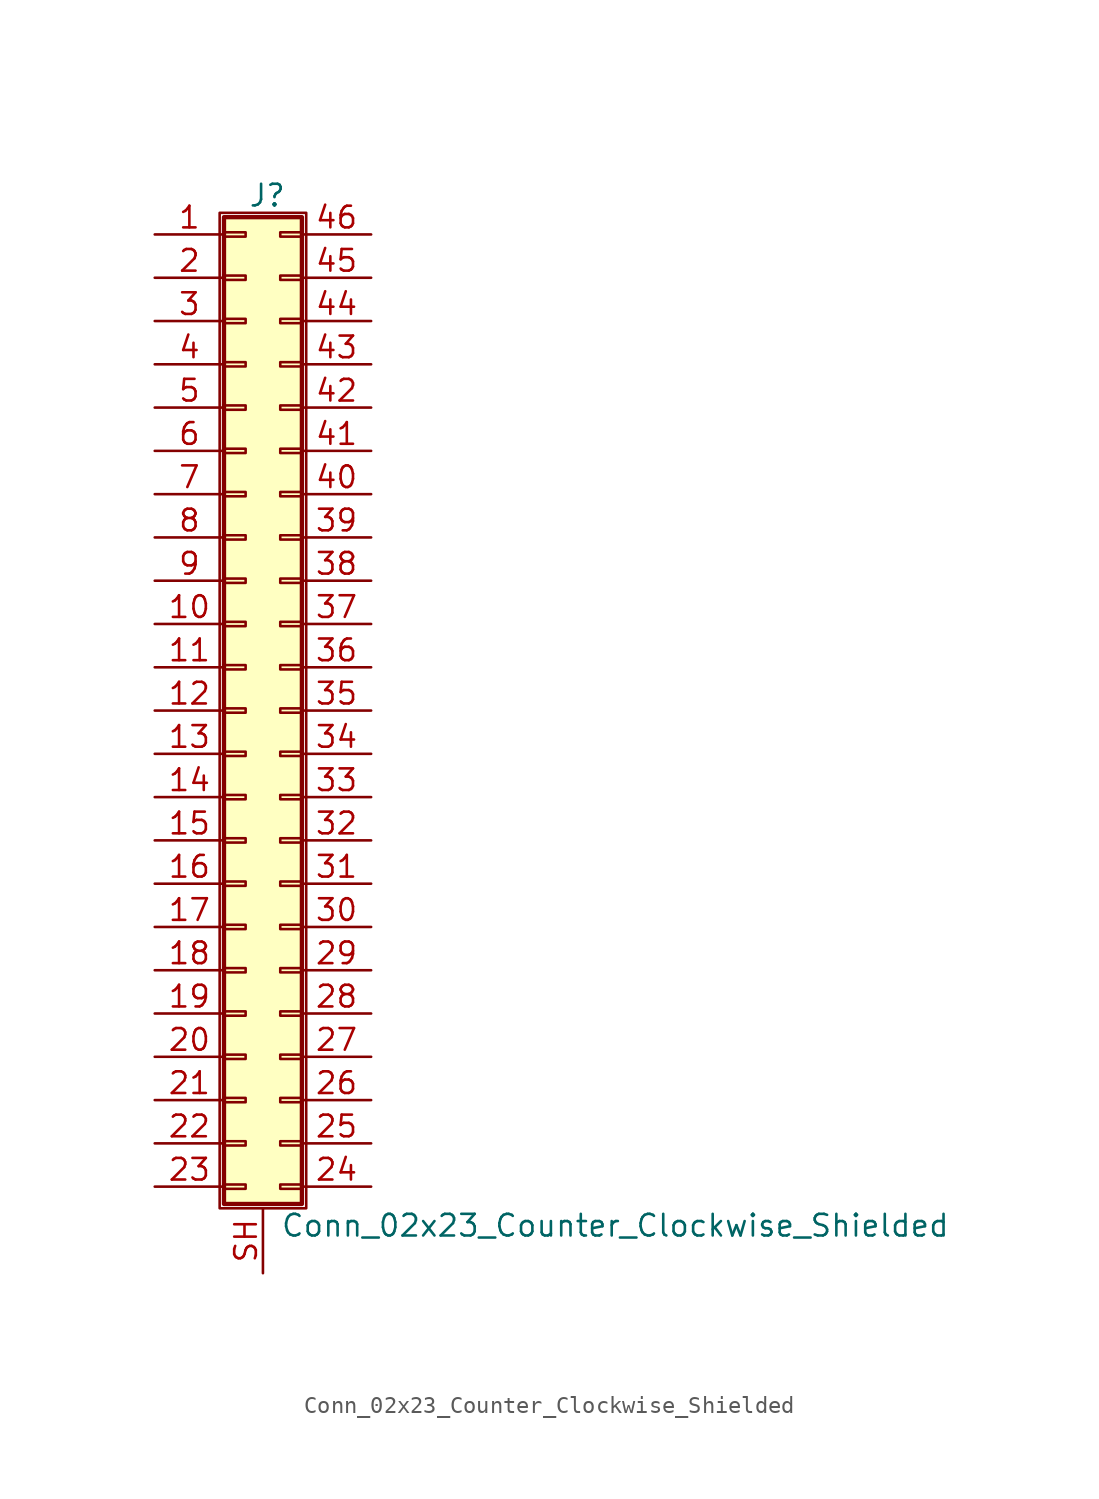
<source format=kicad_sym>
(kicad_symbol_lib
  (version 20220914)
  (generator kicad_symbol_editor)
  (symbol "Conn_02x23_Counter_Clockwise_Shielded"
    (pin_names
      (offset 1.016) hide)
    (property "Reference" "J"
      (at 1.524 30.226 0)
      (effects (font (size 1.27 1.27))))
    (property "Value" "Conn_02x23_Counter_Clockwise_Shielded"
      (at 2.286 -30.226 0)
      (effects (font (size 1.27 1.27)) (justify left)))
    (symbol "Conn_02x23_Counter_Clockwise_Shielded_1_1"
      (rectangle (start -1.27 29.21) (end 3.81 -29.21) (stroke (width 0.152) (type default)) (fill (type none)))
      (rectangle (start -1.016 -27.813) (end 0.254 -28.067) (stroke (width 0.152) (type default)) (fill (type none)))
      (rectangle (start -1.016 -25.273) (end 0.254 -25.527) (stroke (width 0.152) (type default)) (fill (type none)))
      (rectangle (start -1.016 -22.733) (end 0.254 -22.987) (stroke (width 0.152) (type default)) (fill (type none)))
      (rectangle (start -1.016 -20.193) (end 0.254 -20.447) (stroke (width 0.152) (type default)) (fill (type none)))
      (rectangle (start -1.016 -17.653) (end 0.254 -17.907) (stroke (width 0.152) (type default)) (fill (type none)))
      (rectangle (start -1.016 -15.113) (end 0.254 -15.367) (stroke (width 0.152) (type default)) (fill (type none)))
      (rectangle (start -1.016 -12.573) (end 0.254 -12.827) (stroke (width 0.152) (type default)) (fill (type none)))
      (rectangle (start -1.016 -10.033) (end 0.254 -10.287) (stroke (width 0.152) (type default)) (fill (type none)))
      (rectangle (start -1.016 -7.493) (end 0.254 -7.747) (stroke (width 0.152) (type default)) (fill (type none)))
      (rectangle (start -1.016 -4.953) (end 0.254 -5.207) (stroke (width 0.152) (type default)) (fill (type none)))
      (rectangle (start -1.016 -2.413) (end 0.254 -2.667) (stroke (width 0.152) (type default)) (fill (type none)))
      (rectangle (start -1.016 0.127) (end 0.254 -0.127) (stroke (width 0.152) (type default)) (fill (type none)))
      (rectangle (start -1.016 2.667) (end 0.254 2.413) (stroke (width 0.152) (type default)) (fill (type none)))
      (rectangle (start -1.016 5.207) (end 0.254 4.953) (stroke (width 0.152) (type default)) (fill (type none)))
      (rectangle (start -1.016 7.747) (end 0.254 7.493) (stroke (width 0.152) (type default)) (fill (type none)))
      (rectangle (start -1.016 10.287) (end 0.254 10.033) (stroke (width 0.152) (type default)) (fill (type none)))
      (rectangle (start -1.016 12.827) (end 0.254 12.573) (stroke (width 0.152) (type default)) (fill (type none)))
      (rectangle (start -1.016 15.367) (end 0.254 15.113) (stroke (width 0.152) (type default)) (fill (type none)))
      (rectangle (start -1.016 17.907) (end 0.254 17.653) (stroke (width 0.152) (type default)) (fill (type none)))
      (rectangle (start -1.016 20.447) (end 0.254 20.193) (stroke (width 0.152) (type default)) (fill (type none)))
      (rectangle (start -1.016 22.987) (end 0.254 22.733) (stroke (width 0.152) (type default)) (fill (type none)))
      (rectangle (start -1.016 25.527) (end 0.254 25.273) (stroke (width 0.152) (type default)) (fill (type none)))
      (rectangle (start -1.016 28.067) (end 0.254 27.813) (stroke (width 0.152) (type default)) (fill (type none)))
      (rectangle (start -1.016 28.956) (end 3.556 -28.956) (stroke (width 0.254) (type default)) (fill (type background)))
      (rectangle (start 3.556 -27.813) (end 2.286 -28.067) (stroke (width 0.152) (type default)) (fill (type none)))
      (rectangle (start 3.556 -25.273) (end 2.286 -25.527) (stroke (width 0.152) (type default)) (fill (type none)))
      (rectangle (start 3.556 -22.733) (end 2.286 -22.987) (stroke (width 0.152) (type default)) (fill (type none)))
      (rectangle (start 3.556 -20.193) (end 2.286 -20.447) (stroke (width 0.152) (type default)) (fill (type none)))
      (rectangle (start 3.556 -17.653) (end 2.286 -17.907) (stroke (width 0.152) (type default)) (fill (type none)))
      (rectangle (start 3.556 -15.113) (end 2.286 -15.367) (stroke (width 0.152) (type default)) (fill (type none)))
      (rectangle (start 3.556 -12.573) (end 2.286 -12.827) (stroke (width 0.152) (type default)) (fill (type none)))
      (rectangle (start 3.556 -10.033) (end 2.286 -10.287) (stroke (width 0.152) (type default)) (fill (type none)))
      (rectangle (start 3.556 -7.493) (end 2.286 -7.747) (stroke (width 0.152) (type default)) (fill (type none)))
      (rectangle (start 3.556 -4.953) (end 2.286 -5.207) (stroke (width 0.152) (type default)) (fill (type none)))
      (rectangle (start 3.556 -2.413) (end 2.286 -2.667) (stroke (width 0.152) (type default)) (fill (type none)))
      (rectangle (start 3.556 0.127) (end 2.286 -0.127) (stroke (width 0.152) (type default)) (fill (type none)))
      (rectangle (start 3.556 2.667) (end 2.286 2.413) (stroke (width 0.152) (type default)) (fill (type none)))
      (rectangle (start 3.556 5.207) (end 2.286 4.953) (stroke (width 0.152) (type default)) (fill (type none)))
      (rectangle (start 3.556 7.747) (end 2.286 7.493) (stroke (width 0.152) (type default)) (fill (type none)))
      (rectangle (start 3.556 10.287) (end 2.286 10.033) (stroke (width 0.152) (type default)) (fill (type none)))
      (rectangle (start 3.556 12.827) (end 2.286 12.573) (stroke (width 0.152) (type default)) (fill (type none)))
      (rectangle (start 3.556 15.367) (end 2.286 15.113) (stroke (width 0.152) (type default)) (fill (type none)))
      (rectangle (start 3.556 17.907) (end 2.286 17.653) (stroke (width 0.152) (type default)) (fill (type none)))
      (rectangle (start 3.556 20.447) (end 2.286 20.193) (stroke (width 0.152) (type default)) (fill (type none)))
      (rectangle (start 3.556 22.987) (end 2.286 22.733) (stroke (width 0.152) (type default)) (fill (type none)))
      (rectangle (start 3.556 25.527) (end 2.286 25.273) (stroke (width 0.152) (type default)) (fill (type none)))
      (rectangle (start 3.556 28.067) (end 2.286 27.813) (stroke (width 0.152) (type default)) (fill (type none)))
      (pin passive line (at -5.08 27.94 0) (length 4.064) (name "Pin_1" (effects (font (size 1.27 1.27)))) (number "1" (effects (font (size 1.27 1.27)))))
      (pin passive line (at -5.08 5.08 0) (length 4.064) (name "Pin_10" (effects (font (size 1.27 1.27)))) (number "10" (effects (font (size 1.27 1.27)))))
      (pin passive line (at -5.08 2.54 0) (length 4.064) (name "Pin_11" (effects (font (size 1.27 1.27)))) (number "11" (effects (font (size 1.27 1.27)))))
      (pin passive line (at -5.08 0 0) (length 4.064) (name "Pin_12" (effects (font (size 1.27 1.27)))) (number "12" (effects (font (size 1.27 1.27)))))
      (pin passive line (at -5.08 -2.54 0) (length 4.064) (name "Pin_13" (effects (font (size 1.27 1.27)))) (number "13" (effects (font (size 1.27 1.27)))))
      (pin passive line (at -5.08 -5.08 0) (length 4.064) (name "Pin_14" (effects (font (size 1.27 1.27)))) (number "14" (effects (font (size 1.27 1.27)))))
      (pin passive line (at -5.08 -7.62 0) (length 4.064) (name "Pin_15" (effects (font (size 1.27 1.27)))) (number "15" (effects (font (size 1.27 1.27)))))
      (pin passive line (at -5.08 -10.16 0) (length 4.064) (name "Pin_16" (effects (font (size 1.27 1.27)))) (number "16" (effects (font (size 1.27 1.27)))))
      (pin passive line (at -5.08 -12.7 0) (length 4.064) (name "Pin_17" (effects (font (size 1.27 1.27)))) (number "17" (effects (font (size 1.27 1.27)))))
      (pin passive line (at -5.08 -15.24 0) (length 4.064) (name "Pin_18" (effects (font (size 1.27 1.27)))) (number "18" (effects (font (size 1.27 1.27)))))
      (pin passive line (at -5.08 -17.78 0) (length 4.064) (name "Pin_19" (effects (font (size 1.27 1.27)))) (number "19" (effects (font (size 1.27 1.27)))))
      (pin passive line (at -5.08 25.4 0) (length 4.064) (name "Pin_2" (effects (font (size 1.27 1.27)))) (number "2" (effects (font (size 1.27 1.27)))))
      (pin passive line (at -5.08 -20.32 0) (length 4.064) (name "Pin_20" (effects (font (size 1.27 1.27)))) (number "20" (effects (font (size 1.27 1.27)))))
      (pin passive line (at -5.08 -22.86 0) (length 4.064) (name "Pin_21" (effects (font (size 1.27 1.27)))) (number "21" (effects (font (size 1.27 1.27)))))
      (pin passive line (at -5.08 -25.4 0) (length 4.064) (name "Pin_22" (effects (font (size 1.27 1.27)))) (number "22" (effects (font (size 1.27 1.27)))))
      (pin passive line (at -5.08 -27.94 0) (length 4.064) (name "Pin_23" (effects (font (size 1.27 1.27)))) (number "23" (effects (font (size 1.27 1.27)))))
      (pin passive line (at 7.62 -27.94 180) (length 4.064) (name "Pin_24" (effects (font (size 1.27 1.27)))) (number "24" (effects (font (size 1.27 1.27)))))
      (pin passive line (at 7.62 -25.4 180) (length 4.064) (name "Pin_25" (effects (font (size 1.27 1.27)))) (number "25" (effects (font (size 1.27 1.27)))))
      (pin passive line (at 7.62 -22.86 180) (length 4.064) (name "Pin_26" (effects (font (size 1.27 1.27)))) (number "26" (effects (font (size 1.27 1.27)))))
      (pin passive line (at 7.62 -20.32 180) (length 4.064) (name "Pin_27" (effects (font (size 1.27 1.27)))) (number "27" (effects (font (size 1.27 1.27)))))
      (pin passive line (at 7.62 -17.78 180) (length 4.064) (name "Pin_28" (effects (font (size 1.27 1.27)))) (number "28" (effects (font (size 1.27 1.27)))))
      (pin passive line (at 7.62 -15.24 180) (length 4.064) (name "Pin_29" (effects (font (size 1.27 1.27)))) (number "29" (effects (font (size 1.27 1.27)))))
      (pin passive line (at -5.08 22.86 0) (length 4.064) (name "Pin_3" (effects (font (size 1.27 1.27)))) (number "3" (effects (font (size 1.27 1.27)))))
      (pin passive line (at 7.62 -12.7 180) (length 4.064) (name "Pin_30" (effects (font (size 1.27 1.27)))) (number "30" (effects (font (size 1.27 1.27)))))
      (pin passive line (at 7.62 -10.16 180) (length 4.064) (name "Pin_31" (effects (font (size 1.27 1.27)))) (number "31" (effects (font (size 1.27 1.27)))))
      (pin passive line (at 7.62 -7.62 180) (length 4.064) (name "Pin_32" (effects (font (size 1.27 1.27)))) (number "32" (effects (font (size 1.27 1.27)))))
      (pin passive line (at 7.62 -5.08 180) (length 4.064) (name "Pin_33" (effects (font (size 1.27 1.27)))) (number "33" (effects (font (size 1.27 1.27)))))
      (pin passive line (at 7.62 -2.54 180) (length 4.064) (name "Pin_34" (effects (font (size 1.27 1.27)))) (number "34" (effects (font (size 1.27 1.27)))))
      (pin passive line (at 7.62 0 180) (length 4.064) (name "Pin_35" (effects (font (size 1.27 1.27)))) (number "35" (effects (font (size 1.27 1.27)))))
      (pin passive line (at 7.62 2.54 180) (length 4.064) (name "Pin_36" (effects (font (size 1.27 1.27)))) (number "36" (effects (font (size 1.27 1.27)))))
      (pin passive line (at 7.62 5.08 180) (length 4.064) (name "Pin_37" (effects (font (size 1.27 1.27)))) (number "37" (effects (font (size 1.27 1.27)))))
      (pin passive line (at 7.62 7.62 180) (length 4.064) (name "Pin_38" (effects (font (size 1.27 1.27)))) (number "38" (effects (font (size 1.27 1.27)))))
      (pin passive line (at 7.62 10.16 180) (length 4.064) (name "Pin_39" (effects (font (size 1.27 1.27)))) (number "39" (effects (font (size 1.27 1.27)))))
      (pin passive line (at -5.08 20.32 0) (length 4.064) (name "Pin_4" (effects (font (size 1.27 1.27)))) (number "4" (effects (font (size 1.27 1.27)))))
      (pin passive line (at 7.62 12.7 180) (length 4.064) (name "Pin_40" (effects (font (size 1.27 1.27)))) (number "40" (effects (font (size 1.27 1.27)))))
      (pin passive line (at 7.62 15.24 180) (length 4.064) (name "Pin_41" (effects (font (size 1.27 1.27)))) (number "41" (effects (font (size 1.27 1.27)))))
      (pin passive line (at 7.62 17.78 180) (length 4.064) (name "Pin_42" (effects (font (size 1.27 1.27)))) (number "42" (effects (font (size 1.27 1.27)))))
      (pin passive line (at 7.62 20.32 180) (length 4.064) (name "Pin_43" (effects (font (size 1.27 1.27)))) (number "43" (effects (font (size 1.27 1.27)))))
      (pin passive line (at 7.62 22.86 180) (length 4.064) (name "Pin_44" (effects (font (size 1.27 1.27)))) (number "44" (effects (font (size 1.27 1.27)))))
      (pin passive line (at 7.62 25.4 180) (length 4.064) (name "Pin_45" (effects (font (size 1.27 1.27)))) (number "45" (effects (font (size 1.27 1.27)))))
      (pin passive line (at 7.62 27.94 180) (length 4.064) (name "Pin_46" (effects (font (size 1.27 1.27)))) (number "46" (effects (font (size 1.27 1.27)))))
      (pin passive line (at -5.08 17.78 0) (length 4.064) (name "Pin_5" (effects (font (size 1.27 1.27)))) (number "5" (effects (font (size 1.27 1.27)))))
      (pin passive line (at -5.08 15.24 0) (length 4.064) (name "Pin_6" (effects (font (size 1.27 1.27)))) (number "6" (effects (font (size 1.27 1.27)))))
      (pin passive line (at -5.08 12.7 0) (length 4.064) (name "Pin_7" (effects (font (size 1.27 1.27)))) (number "7" (effects (font (size 1.27 1.27)))))
      (pin passive line (at -5.08 10.16 0) (length 4.064) (name "Pin_8" (effects (font (size 1.27 1.27)))) (number "8" (effects (font (size 1.27 1.27)))))
      (pin passive line (at -5.08 7.62 0) (length 4.064) (name "Pin_9" (effects (font (size 1.27 1.27)))) (number "9" (effects (font (size 1.27 1.27)))))
      (pin passive line (at 1.27 -33.02 90) (length 3.81) (name "Shield" (effects (font (size 1.27 1.27)))) (number "SH" (effects (font (size 1.27 1.27))))))))
</source>
